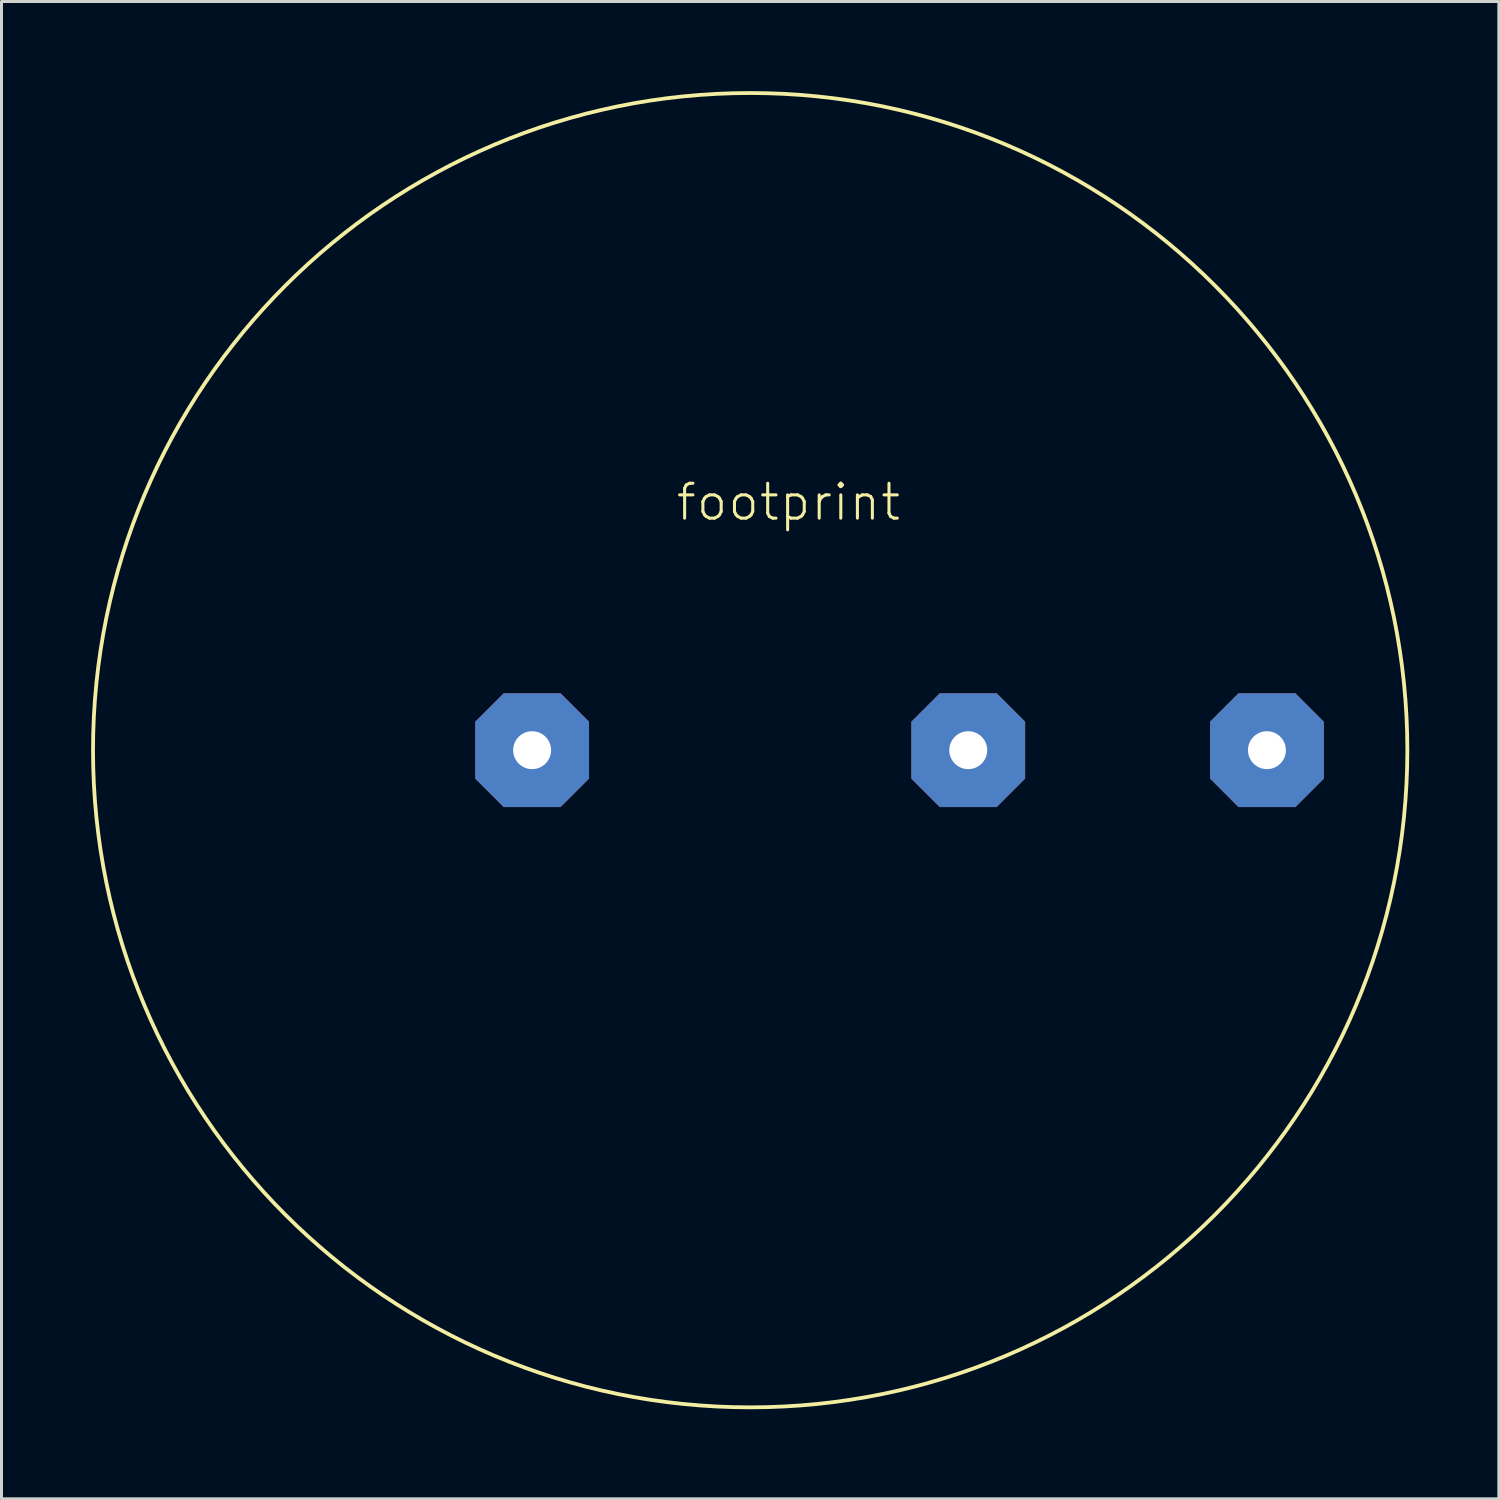
<source format=kicad_pcb>
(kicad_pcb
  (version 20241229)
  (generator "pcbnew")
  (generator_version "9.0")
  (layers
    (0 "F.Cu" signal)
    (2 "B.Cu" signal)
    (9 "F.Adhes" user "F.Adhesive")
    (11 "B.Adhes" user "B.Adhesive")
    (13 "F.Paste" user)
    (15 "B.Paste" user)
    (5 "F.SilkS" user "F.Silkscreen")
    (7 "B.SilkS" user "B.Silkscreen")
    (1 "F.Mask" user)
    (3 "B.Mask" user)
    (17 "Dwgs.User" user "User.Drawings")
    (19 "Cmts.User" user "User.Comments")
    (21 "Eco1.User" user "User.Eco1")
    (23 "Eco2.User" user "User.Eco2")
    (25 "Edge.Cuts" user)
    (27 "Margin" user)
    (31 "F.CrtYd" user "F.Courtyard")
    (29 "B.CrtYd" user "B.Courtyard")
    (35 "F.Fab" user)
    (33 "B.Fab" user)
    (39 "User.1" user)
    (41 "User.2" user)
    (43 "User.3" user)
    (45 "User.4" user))
  (footprint "footprint"
    (layer "F.Cu")
    (at 22.064 22.064)
    (property "Reference" "footprint" (at -2.54 -7.62 0) (layer "F.SilkS") (effects (font (size 1.168 1.168) (thickness 0.102)) (justify left bottom)))
    (fp_circle (center 0 0) (end 22 0) (stroke (width 0.127) (type solid)) (fill no) (layer "F.SilkS"))
    (pad "1" thru_hole roundrect (at -7.3 0) (size 3.81 3.81) (drill 1.27) (layers "*.Cu" "*.Mask") (roundrect_rratio 0.25) (chamfer_ratio 0.25) (chamfer top_left top_right bottom_left bottom_right))
    (pad "2" thru_hole roundrect (at 7.3 0) (size 3.81 3.81) (drill 1.27) (layers "*.Cu" "*.Mask") (roundrect_rratio 0.25) (chamfer_ratio 0.25) (chamfer top_left top_right bottom_left bottom_right))
    (pad "3" thru_hole roundrect (at 17.3 0) (size 3.81 3.81) (drill 1.27) (layers "*.Cu" "*.Mask") (roundrect_rratio 0.25) (chamfer_ratio 0.25) (chamfer top_left top_right bottom_left bottom_right)))
  (gr_rect
    (start -3 -3)
    (end 47.127 47.127)
    (stroke (width 0.1) (type default))
    (fill no)
    (layer "Edge.Cuts")))
</source>
